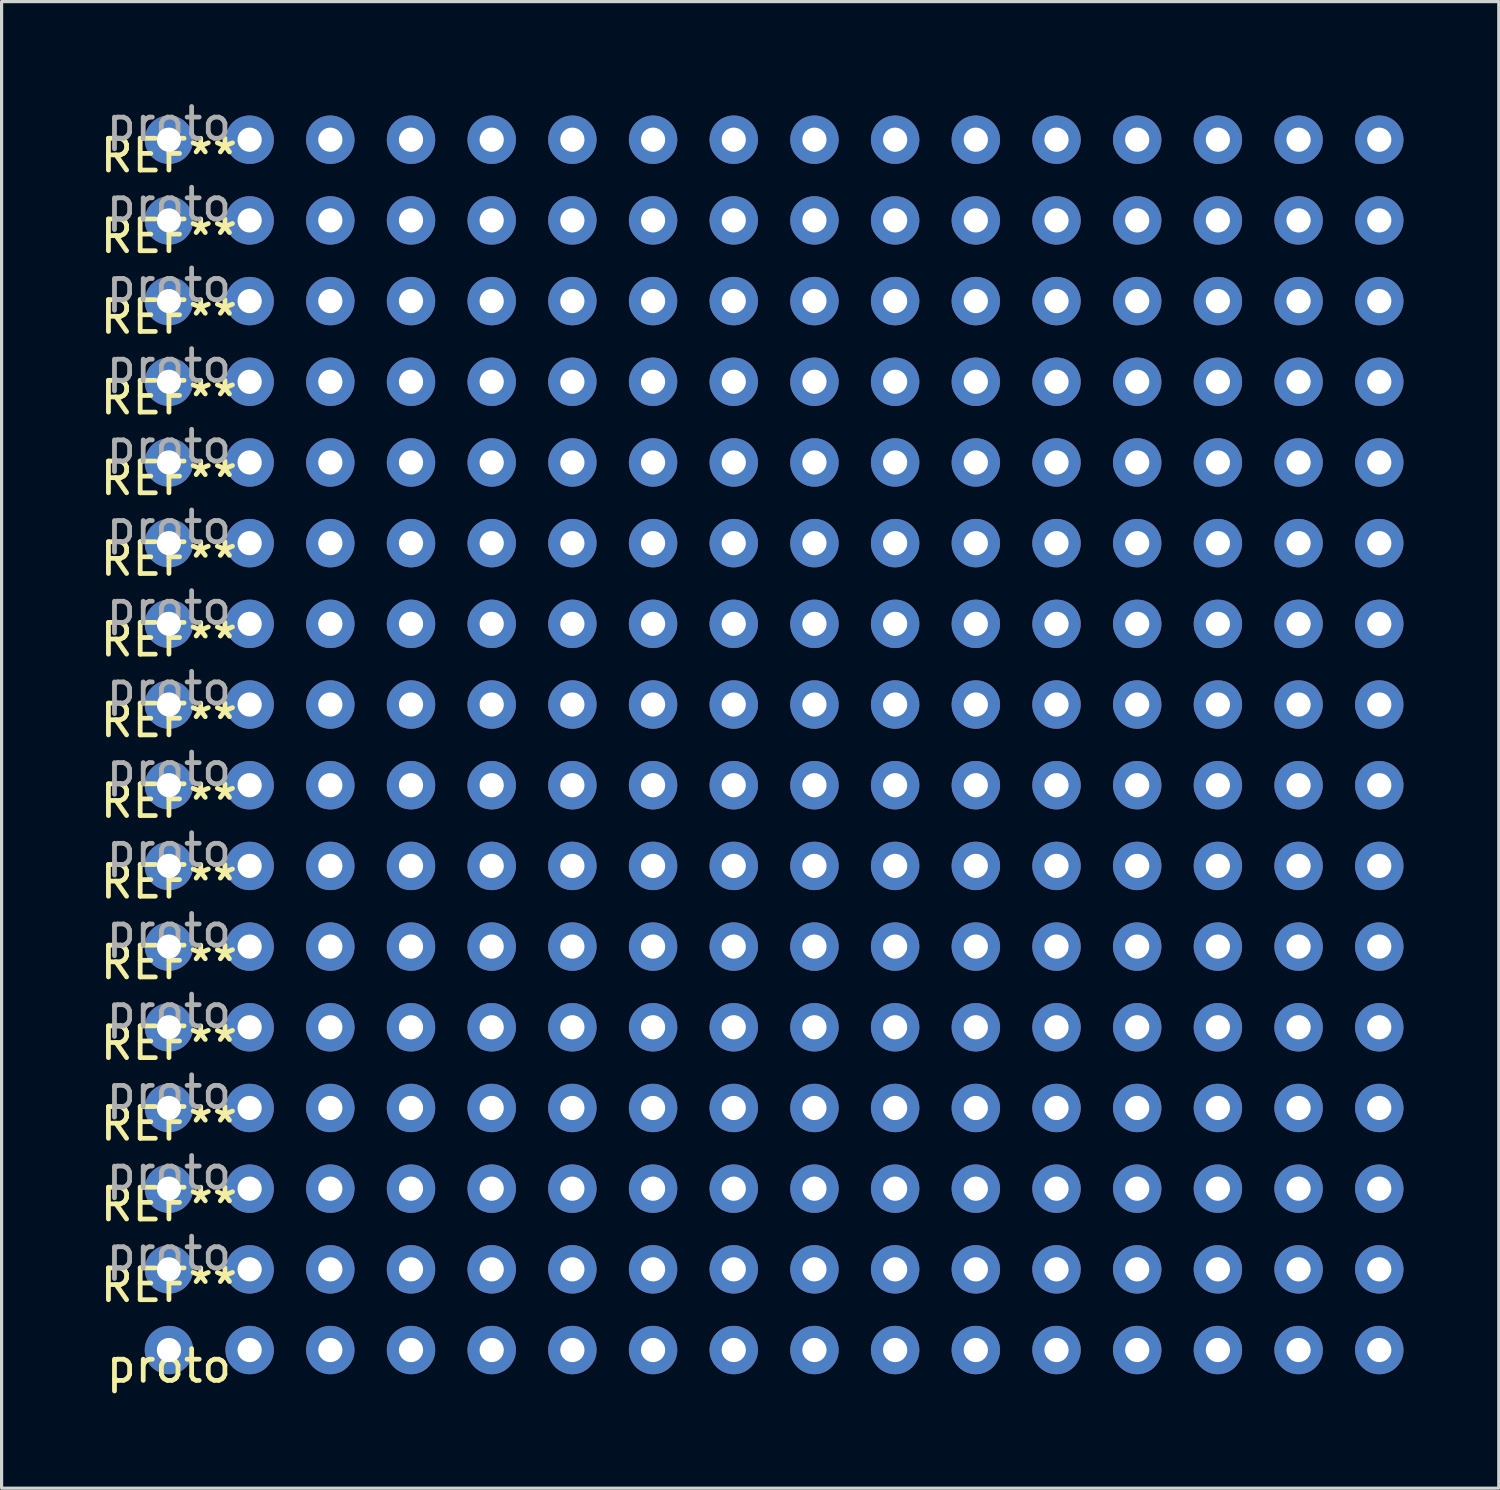
<source format=kicad_pcb>
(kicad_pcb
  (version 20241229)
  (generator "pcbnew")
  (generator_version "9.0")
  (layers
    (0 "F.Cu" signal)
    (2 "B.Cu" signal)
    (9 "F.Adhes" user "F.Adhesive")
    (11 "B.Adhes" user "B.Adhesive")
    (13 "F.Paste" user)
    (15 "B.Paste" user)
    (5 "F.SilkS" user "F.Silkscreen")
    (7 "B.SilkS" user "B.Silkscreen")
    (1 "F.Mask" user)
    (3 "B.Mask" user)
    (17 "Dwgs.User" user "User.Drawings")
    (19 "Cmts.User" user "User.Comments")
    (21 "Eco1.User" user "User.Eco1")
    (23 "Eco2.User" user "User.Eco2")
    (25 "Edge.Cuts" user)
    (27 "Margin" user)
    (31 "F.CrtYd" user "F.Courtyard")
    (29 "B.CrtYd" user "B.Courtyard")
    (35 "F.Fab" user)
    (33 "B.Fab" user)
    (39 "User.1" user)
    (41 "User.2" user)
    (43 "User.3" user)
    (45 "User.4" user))
  (footprint "proto"
    (layer "F.Cu")
    (at 2.268 39.448)
    (property "Reference" "proto" (at 0 0.5 0) (layer "F.SilkS") (effects (font (size 1 1) (thickness 0.15))))
    (attr through_hole)
    (fp_text user "REF**" (at 0 -35.06 0) (layer "F.SilkS") (effects (font (size 1 1) (thickness 0.15))))
    (fp_text user "REF**" (at 0 -14.74 0) (layer "F.SilkS") (effects (font (size 1 1) (thickness 0.15))))
    (fp_text user "REF**" (at 0 -4.58 0) (layer "F.SilkS") (effects (font (size 1 1) (thickness 0.15))))
    (fp_text user "REF**" (at 0 -12.2 0) (layer "F.SilkS") (effects (font (size 1 1) (thickness 0.15))))
    (fp_text user "REF**" (at 0 -2.04 0) (layer "F.SilkS") (effects (font (size 1 1) (thickness 0.15))))
    (fp_text user "REF**" (at 0 -29.98 0) (layer "F.SilkS") (effects (font (size 1 1) (thickness 0.15))))
    (fp_text user "REF**" (at 0 -22.36 0) (layer "F.SilkS") (effects (font (size 1 1) (thickness 0.15))))
    (fp_text user "REF**" (at 0 -37.6 0) (layer "F.SilkS") (effects (font (size 1 1) (thickness 0.15))))
    (fp_text user "REF**" (at 0 -9.66 0) (layer "F.SilkS") (effects (font (size 1 1) (thickness 0.15))))
    (fp_text user "REF**" (at 0 -24.9 0) (layer "F.SilkS") (effects (font (size 1 1) (thickness 0.15))))
    (fp_text user "REF**" (at 0 -17.28 0) (layer "F.SilkS") (effects (font (size 1 1) (thickness 0.15))))
    (fp_text user "REF**" (at 0 -7.12 0) (layer "F.SilkS") (effects (font (size 1 1) (thickness 0.15))))
    (fp_text user "REF**" (at 0 -19.82 0) (layer "F.SilkS") (effects (font (size 1 1) (thickness 0.15))))
    (fp_text user "REF**" (at 0 -27.44 0) (layer "F.SilkS") (effects (font (size 1 1) (thickness 0.15))))
    (fp_text user "REF**" (at 0 -32.52 0) (layer "F.SilkS") (effects (font (size 1 1) (thickness 0.15))))
    (fp_text user "proto" (at 0 -30.98 0) (layer "F.Fab") (effects (font (size 1 1) (thickness 0.15))))
    (fp_text user "proto" (at 0 -20.82 0) (layer "F.Fab") (effects (font (size 1 1) (thickness 0.15))))
    (fp_text user "proto" (at 0 -10.66 0) (layer "F.Fab") (effects (font (size 1 1) (thickness 0.15))))
    (fp_text user "proto" (at 0 -38.6 0) (layer "F.Fab") (effects (font (size 1 1) (thickness 0.15))))
    (fp_text user "proto" (at 0 -3.04 0) (layer "F.Fab") (effects (font (size 1 1) (thickness 0.15))))
    (fp_text user "proto" (at 0 -13.2 0) (layer "F.Fab") (effects (font (size 1 1) (thickness 0.15))))
    (fp_text user "proto" (at 0 -33.52 0) (layer "F.Fab") (effects (font (size 1 1) (thickness 0.15))))
    (fp_text user "proto" (at 0 -8.12 0) (layer "F.Fab") (effects (font (size 1 1) (thickness 0.15))))
    (fp_text user "proto" (at 0 -25.9 0) (layer "F.Fab") (effects (font (size 1 1) (thickness 0.15))))
    (fp_text user "proto" (at 0 -28.44 0) (layer "F.Fab") (effects (font (size 1 1) (thickness 0.15))))
    (fp_text user "proto" (at 0 -36.06 0) (layer "F.Fab") (effects (font (size 1 1) (thickness 0.15))))
    (fp_text user "proto" (at 0 -18.28 0) (layer "F.Fab") (effects (font (size 1 1) (thickness 0.15))))
    (fp_text user "proto" (at 0 -5.58 0) (layer "F.Fab") (effects (font (size 1 1) (thickness 0.15))))
    (fp_text user "proto" (at 0 -15.74 0) (layer "F.Fab") (effects (font (size 1 1) (thickness 0.15))))
    (fp_text user "proto" (at 0 -23.36 0) (layer "F.Fab") (effects (font (size 1 1) (thickness 0.15))))
    (pad "1" thru_hole circle (at 0 -38.1) (size 1.524 1.524) (drill 0.762) (layers "*.Cu" "*.Mask"))
    (pad "1" thru_hole circle (at 0 -35.56) (size 1.524 1.524) (drill 0.762) (layers "*.Cu" "*.Mask"))
    (pad "1" thru_hole circle (at 0 -33.02) (size 1.524 1.524) (drill 0.762) (layers "*.Cu" "*.Mask"))
    (pad "1" thru_hole circle (at 0 -30.48) (size 1.524 1.524) (drill 0.762) (layers "*.Cu" "*.Mask"))
    (pad "1" thru_hole circle (at 0 -27.94) (size 1.524 1.524) (drill 0.762) (layers "*.Cu" "*.Mask"))
    (pad "1" thru_hole circle (at 0 -25.4) (size 1.524 1.524) (drill 0.762) (layers "*.Cu" "*.Mask"))
    (pad "1" thru_hole circle (at 0 -22.86) (size 1.524 1.524) (drill 0.762) (layers "*.Cu" "*.Mask"))
    (pad "1" thru_hole circle (at 0 -20.32) (size 1.524 1.524) (drill 0.762) (layers "*.Cu" "*.Mask"))
    (pad "1" thru_hole circle (at 0 -17.78) (size 1.524 1.524) (drill 0.762) (layers "*.Cu" "*.Mask"))
    (pad "1" thru_hole circle (at 0 -15.24) (size 1.524 1.524) (drill 0.762) (layers "*.Cu" "*.Mask"))
    (pad "1" thru_hole circle (at 0 -12.7) (size 1.524 1.524) (drill 0.762) (layers "*.Cu" "*.Mask"))
    (pad "1" thru_hole circle (at 0 -10.16) (size 1.524 1.524) (drill 0.762) (layers "*.Cu" "*.Mask"))
    (pad "1" thru_hole circle (at 0 -7.62) (size 1.524 1.524) (drill 0.762) (layers "*.Cu" "*.Mask"))
    (pad "1" thru_hole circle (at 0 -5.08) (size 1.524 1.524) (drill 0.762) (layers "*.Cu" "*.Mask"))
    (pad "1" thru_hole circle (at 0 -2.54) (size 1.524 1.524) (drill 0.762) (layers "*.Cu" "*.Mask"))
    (pad "1" thru_hole circle (at 0 0) (size 1.524 1.524) (drill 0.762) (layers "*.Cu" "*.Mask"))
    (pad "2" thru_hole circle (at 2.54 -38.1) (size 1.524 1.524) (drill 0.762) (layers "*.Cu" "*.Mask"))
    (pad "2" thru_hole circle (at 2.54 -35.56) (size 1.524 1.524) (drill 0.762) (layers "*.Cu" "*.Mask"))
    (pad "2" thru_hole circle (at 2.54 -33.02) (size 1.524 1.524) (drill 0.762) (layers "*.Cu" "*.Mask"))
    (pad "2" thru_hole circle (at 2.54 -30.48) (size 1.524 1.524) (drill 0.762) (layers "*.Cu" "*.Mask"))
    (pad "2" thru_hole circle (at 2.54 -27.94) (size 1.524 1.524) (drill 0.762) (layers "*.Cu" "*.Mask"))
    (pad "2" thru_hole circle (at 2.54 -25.4) (size 1.524 1.524) (drill 0.762) (layers "*.Cu" "*.Mask"))
    (pad "2" thru_hole circle (at 2.54 -22.86) (size 1.524 1.524) (drill 0.762) (layers "*.Cu" "*.Mask"))
    (pad "2" thru_hole circle (at 2.54 -20.32) (size 1.524 1.524) (drill 0.762) (layers "*.Cu" "*.Mask"))
    (pad "2" thru_hole circle (at 2.54 -17.78) (size 1.524 1.524) (drill 0.762) (layers "*.Cu" "*.Mask"))
    (pad "2" thru_hole circle (at 2.54 -15.24) (size 1.524 1.524) (drill 0.762) (layers "*.Cu" "*.Mask"))
    (pad "2" thru_hole circle (at 2.54 -12.7) (size 1.524 1.524) (drill 0.762) (layers "*.Cu" "*.Mask"))
    (pad "2" thru_hole circle (at 2.54 -10.16) (size 1.524 1.524) (drill 0.762) (layers "*.Cu" "*.Mask"))
    (pad "2" thru_hole circle (at 2.54 -7.62) (size 1.524 1.524) (drill 0.762) (layers "*.Cu" "*.Mask"))
    (pad "2" thru_hole circle (at 2.54 -5.08) (size 1.524 1.524) (drill 0.762) (layers "*.Cu" "*.Mask"))
    (pad "2" thru_hole circle (at 2.54 -2.54) (size 1.524 1.524) (drill 0.762) (layers "*.Cu" "*.Mask"))
    (pad "2" thru_hole circle (at 2.54 0) (size 1.524 1.524) (drill 0.762) (layers "*.Cu" "*.Mask"))
    (pad "3" thru_hole circle (at 5.08 -38.1) (size 1.524 1.524) (drill 0.762) (layers "*.Cu" "*.Mask"))
    (pad "3" thru_hole circle (at 5.08 -35.56) (size 1.524 1.524) (drill 0.762) (layers "*.Cu" "*.Mask"))
    (pad "3" thru_hole circle (at 5.08 -33.02) (size 1.524 1.524) (drill 0.762) (layers "*.Cu" "*.Mask"))
    (pad "3" thru_hole circle (at 5.08 -30.48) (size 1.524 1.524) (drill 0.762) (layers "*.Cu" "*.Mask"))
    (pad "3" thru_hole circle (at 5.08 -27.94) (size 1.524 1.524) (drill 0.762) (layers "*.Cu" "*.Mask"))
    (pad "3" thru_hole circle (at 5.08 -25.4) (size 1.524 1.524) (drill 0.762) (layers "*.Cu" "*.Mask"))
    (pad "3" thru_hole circle (at 5.08 -22.86) (size 1.524 1.524) (drill 0.762) (layers "*.Cu" "*.Mask"))
    (pad "3" thru_hole circle (at 5.08 -20.32) (size 1.524 1.524) (drill 0.762) (layers "*.Cu" "*.Mask"))
    (pad "3" thru_hole circle (at 5.08 -17.78) (size 1.524 1.524) (drill 0.762) (layers "*.Cu" "*.Mask"))
    (pad "3" thru_hole circle (at 5.08 -15.24) (size 1.524 1.524) (drill 0.762) (layers "*.Cu" "*.Mask"))
    (pad "3" thru_hole circle (at 5.08 -12.7) (size 1.524 1.524) (drill 0.762) (layers "*.Cu" "*.Mask"))
    (pad "3" thru_hole circle (at 5.08 -10.16) (size 1.524 1.524) (drill 0.762) (layers "*.Cu" "*.Mask"))
    (pad "3" thru_hole circle (at 5.08 -7.62) (size 1.524 1.524) (drill 0.762) (layers "*.Cu" "*.Mask"))
    (pad "3" thru_hole circle (at 5.08 -5.08) (size 1.524 1.524) (drill 0.762) (layers "*.Cu" "*.Mask"))
    (pad "3" thru_hole circle (at 5.08 -2.54) (size 1.524 1.524) (drill 0.762) (layers "*.Cu" "*.Mask"))
    (pad "3" thru_hole circle (at 5.08 0) (size 1.524 1.524) (drill 0.762) (layers "*.Cu" "*.Mask"))
    (pad "4" thru_hole circle (at 7.62 -38.1) (size 1.524 1.524) (drill 0.762) (layers "*.Cu" "*.Mask"))
    (pad "4" thru_hole circle (at 7.62 -35.56) (size 1.524 1.524) (drill 0.762) (layers "*.Cu" "*.Mask"))
    (pad "4" thru_hole circle (at 7.62 -33.02) (size 1.524 1.524) (drill 0.762) (layers "*.Cu" "*.Mask"))
    (pad "4" thru_hole circle (at 7.62 -30.48) (size 1.524 1.524) (drill 0.762) (layers "*.Cu" "*.Mask"))
    (pad "4" thru_hole circle (at 7.62 -27.94) (size 1.524 1.524) (drill 0.762) (layers "*.Cu" "*.Mask"))
    (pad "4" thru_hole circle (at 7.62 -25.4) (size 1.524 1.524) (drill 0.762) (layers "*.Cu" "*.Mask"))
    (pad "4" thru_hole circle (at 7.62 -22.86) (size 1.524 1.524) (drill 0.762) (layers "*.Cu" "*.Mask"))
    (pad "4" thru_hole circle (at 7.62 -20.32) (size 1.524 1.524) (drill 0.762) (layers "*.Cu" "*.Mask"))
    (pad "4" thru_hole circle (at 7.62 -17.78) (size 1.524 1.524) (drill 0.762) (layers "*.Cu" "*.Mask"))
    (pad "4" thru_hole circle (at 7.62 -15.24) (size 1.524 1.524) (drill 0.762) (layers "*.Cu" "*.Mask"))
    (pad "4" thru_hole circle (at 7.62 -12.7) (size 1.524 1.524) (drill 0.762) (layers "*.Cu" "*.Mask"))
    (pad "4" thru_hole circle (at 7.62 -10.16) (size 1.524 1.524) (drill 0.762) (layers "*.Cu" "*.Mask"))
    (pad "4" thru_hole circle (at 7.62 -7.62) (size 1.524 1.524) (drill 0.762) (layers "*.Cu" "*.Mask"))
    (pad "4" thru_hole circle (at 7.62 -5.08) (size 1.524 1.524) (drill 0.762) (layers "*.Cu" "*.Mask"))
    (pad "4" thru_hole circle (at 7.62 -2.54) (size 1.524 1.524) (drill 0.762) (layers "*.Cu" "*.Mask"))
    (pad "4" thru_hole circle (at 7.62 0) (size 1.524 1.524) (drill 0.762) (layers "*.Cu" "*.Mask"))
    (pad "5" thru_hole circle (at 10.16 -38.1) (size 1.524 1.524) (drill 0.762) (layers "*.Cu" "*.Mask"))
    (pad "5" thru_hole circle (at 10.16 -35.56) (size 1.524 1.524) (drill 0.762) (layers "*.Cu" "*.Mask"))
    (pad "5" thru_hole circle (at 10.16 -33.02) (size 1.524 1.524) (drill 0.762) (layers "*.Cu" "*.Mask"))
    (pad "5" thru_hole circle (at 10.16 -30.48) (size 1.524 1.524) (drill 0.762) (layers "*.Cu" "*.Mask"))
    (pad "5" thru_hole circle (at 10.16 -27.94) (size 1.524 1.524) (drill 0.762) (layers "*.Cu" "*.Mask"))
    (pad "5" thru_hole circle (at 10.16 -25.4) (size 1.524 1.524) (drill 0.762) (layers "*.Cu" "*.Mask"))
    (pad "5" thru_hole circle (at 10.16 -22.86) (size 1.524 1.524) (drill 0.762) (layers "*.Cu" "*.Mask"))
    (pad "5" thru_hole circle (at 10.16 -20.32) (size 1.524 1.524) (drill 0.762) (layers "*.Cu" "*.Mask"))
    (pad "5" thru_hole circle (at 10.16 -17.78) (size 1.524 1.524) (drill 0.762) (layers "*.Cu" "*.Mask"))
    (pad "5" thru_hole circle (at 10.16 -15.24) (size 1.524 1.524) (drill 0.762) (layers "*.Cu" "*.Mask"))
    (pad "5" thru_hole circle (at 10.16 -12.7) (size 1.524 1.524) (drill 0.762) (layers "*.Cu" "*.Mask"))
    (pad "5" thru_hole circle (at 10.16 -10.16) (size 1.524 1.524) (drill 0.762) (layers "*.Cu" "*.Mask"))
    (pad "5" thru_hole circle (at 10.16 -7.62) (size 1.524 1.524) (drill 0.762) (layers "*.Cu" "*.Mask"))
    (pad "5" thru_hole circle (at 10.16 -5.08) (size 1.524 1.524) (drill 0.762) (layers "*.Cu" "*.Mask"))
    (pad "5" thru_hole circle (at 10.16 -2.54) (size 1.524 1.524) (drill 0.762) (layers "*.Cu" "*.Mask"))
    (pad "5" thru_hole circle (at 10.16 0) (size 1.524 1.524) (drill 0.762) (layers "*.Cu" "*.Mask"))
    (pad "6" thru_hole circle (at 12.7 -38.1) (size 1.524 1.524) (drill 0.762) (layers "*.Cu" "*.Mask"))
    (pad "6" thru_hole circle (at 12.7 -35.56) (size 1.524 1.524) (drill 0.762) (layers "*.Cu" "*.Mask"))
    (pad "6" thru_hole circle (at 12.7 -33.02) (size 1.524 1.524) (drill 0.762) (layers "*.Cu" "*.Mask"))
    (pad "6" thru_hole circle (at 12.7 -30.48) (size 1.524 1.524) (drill 0.762) (layers "*.Cu" "*.Mask"))
    (pad "6" thru_hole circle (at 12.7 -27.94) (size 1.524 1.524) (drill 0.762) (layers "*.Cu" "*.Mask"))
    (pad "6" thru_hole circle (at 12.7 -25.4) (size 1.524 1.524) (drill 0.762) (layers "*.Cu" "*.Mask"))
    (pad "6" thru_hole circle (at 12.7 -22.86) (size 1.524 1.524) (drill 0.762) (layers "*.Cu" "*.Mask"))
    (pad "6" thru_hole circle (at 12.7 -20.32) (size 1.524 1.524) (drill 0.762) (layers "*.Cu" "*.Mask"))
    (pad "6" thru_hole circle (at 12.7 -17.78) (size 1.524 1.524) (drill 0.762) (layers "*.Cu" "*.Mask"))
    (pad "6" thru_hole circle (at 12.7 -15.24) (size 1.524 1.524) (drill 0.762) (layers "*.Cu" "*.Mask"))
    (pad "6" thru_hole circle (at 12.7 -12.7) (size 1.524 1.524) (drill 0.762) (layers "*.Cu" "*.Mask"))
    (pad "6" thru_hole circle (at 12.7 -10.16) (size 1.524 1.524) (drill 0.762) (layers "*.Cu" "*.Mask"))
    (pad "6" thru_hole circle (at 12.7 -7.62) (size 1.524 1.524) (drill 0.762) (layers "*.Cu" "*.Mask"))
    (pad "6" thru_hole circle (at 12.7 -5.08) (size 1.524 1.524) (drill 0.762) (layers "*.Cu" "*.Mask"))
    (pad "6" thru_hole circle (at 12.7 -2.54) (size 1.524 1.524) (drill 0.762) (layers "*.Cu" "*.Mask"))
    (pad "6" thru_hole circle (at 12.7 0) (size 1.524 1.524) (drill 0.762) (layers "*.Cu" "*.Mask"))
    (pad "7" thru_hole circle (at 15.24 -38.1) (size 1.524 1.524) (drill 0.762) (layers "*.Cu" "*.Mask"))
    (pad "7" thru_hole circle (at 15.24 -35.56) (size 1.524 1.524) (drill 0.762) (layers "*.Cu" "*.Mask"))
    (pad "7" thru_hole circle (at 15.24 -33.02) (size 1.524 1.524) (drill 0.762) (layers "*.Cu" "*.Mask"))
    (pad "7" thru_hole circle (at 15.24 -30.48) (size 1.524 1.524) (drill 0.762) (layers "*.Cu" "*.Mask"))
    (pad "7" thru_hole circle (at 15.24 -27.94) (size 1.524 1.524) (drill 0.762) (layers "*.Cu" "*.Mask"))
    (pad "7" thru_hole circle (at 15.24 -25.4) (size 1.524 1.524) (drill 0.762) (layers "*.Cu" "*.Mask"))
    (pad "7" thru_hole circle (at 15.24 -22.86) (size 1.524 1.524) (drill 0.762) (layers "*.Cu" "*.Mask"))
    (pad "7" thru_hole circle (at 15.24 -20.32) (size 1.524 1.524) (drill 0.762) (layers "*.Cu" "*.Mask"))
    (pad "7" thru_hole circle (at 15.24 -17.78) (size 1.524 1.524) (drill 0.762) (layers "*.Cu" "*.Mask"))
    (pad "7" thru_hole circle (at 15.24 -15.24) (size 1.524 1.524) (drill 0.762) (layers "*.Cu" "*.Mask"))
    (pad "7" thru_hole circle (at 15.24 -12.7) (size 1.524 1.524) (drill 0.762) (layers "*.Cu" "*.Mask"))
    (pad "7" thru_hole circle (at 15.24 -10.16) (size 1.524 1.524) (drill 0.762) (layers "*.Cu" "*.Mask"))
    (pad "7" thru_hole circle (at 15.24 -7.62) (size 1.524 1.524) (drill 0.762) (layers "*.Cu" "*.Mask"))
    (pad "7" thru_hole circle (at 15.24 -5.08) (size 1.524 1.524) (drill 0.762) (layers "*.Cu" "*.Mask"))
    (pad "7" thru_hole circle (at 15.24 -2.54) (size 1.524 1.524) (drill 0.762) (layers "*.Cu" "*.Mask"))
    (pad "7" thru_hole circle (at 15.24 0) (size 1.524 1.524) (drill 0.762) (layers "*.Cu" "*.Mask"))
    (pad "8" thru_hole circle (at 17.78 -38.1) (size 1.524 1.524) (drill 0.762) (layers "*.Cu" "*.Mask"))
    (pad "8" thru_hole circle (at 17.78 -35.56) (size 1.524 1.524) (drill 0.762) (layers "*.Cu" "*.Mask"))
    (pad "8" thru_hole circle (at 17.78 -33.02) (size 1.524 1.524) (drill 0.762) (layers "*.Cu" "*.Mask"))
    (pad "8" thru_hole circle (at 17.78 -30.48) (size 1.524 1.524) (drill 0.762) (layers "*.Cu" "*.Mask"))
    (pad "8" thru_hole circle (at 17.78 -27.94) (size 1.524 1.524) (drill 0.762) (layers "*.Cu" "*.Mask"))
    (pad "8" thru_hole circle (at 17.78 -25.4) (size 1.524 1.524) (drill 0.762) (layers "*.Cu" "*.Mask"))
    (pad "8" thru_hole circle (at 17.78 -22.86) (size 1.524 1.524) (drill 0.762) (layers "*.Cu" "*.Mask"))
    (pad "8" thru_hole circle (at 17.78 -20.32) (size 1.524 1.524) (drill 0.762) (layers "*.Cu" "*.Mask"))
    (pad "8" thru_hole circle (at 17.78 -17.78) (size 1.524 1.524) (drill 0.762) (layers "*.Cu" "*.Mask"))
    (pad "8" thru_hole circle (at 17.78 -15.24) (size 1.524 1.524) (drill 0.762) (layers "*.Cu" "*.Mask"))
    (pad "8" thru_hole circle (at 17.78 -12.7) (size 1.524 1.524) (drill 0.762) (layers "*.Cu" "*.Mask"))
    (pad "8" thru_hole circle (at 17.78 -10.16) (size 1.524 1.524) (drill 0.762) (layers "*.Cu" "*.Mask"))
    (pad "8" thru_hole circle (at 17.78 -7.62) (size 1.524 1.524) (drill 0.762) (layers "*.Cu" "*.Mask"))
    (pad "8" thru_hole circle (at 17.78 -5.08) (size 1.524 1.524) (drill 0.762) (layers "*.Cu" "*.Mask"))
    (pad "8" thru_hole circle (at 17.78 -2.54) (size 1.524 1.524) (drill 0.762) (layers "*.Cu" "*.Mask"))
    (pad "8" thru_hole circle (at 17.78 0) (size 1.524 1.524) (drill 0.762) (layers "*.Cu" "*.Mask"))
    (pad "9" thru_hole circle (at 20.32 -38.1) (size 1.524 1.524) (drill 0.762) (layers "*.Cu" "*.Mask"))
    (pad "9" thru_hole circle (at 20.32 -35.56) (size 1.524 1.524) (drill 0.762) (layers "*.Cu" "*.Mask"))
    (pad "9" thru_hole circle (at 20.32 -33.02) (size 1.524 1.524) (drill 0.762) (layers "*.Cu" "*.Mask"))
    (pad "9" thru_hole circle (at 20.32 -30.48) (size 1.524 1.524) (drill 0.762) (layers "*.Cu" "*.Mask"))
    (pad "9" thru_hole circle (at 20.32 -27.94) (size 1.524 1.524) (drill 0.762) (layers "*.Cu" "*.Mask"))
    (pad "9" thru_hole circle (at 20.32 -25.4) (size 1.524 1.524) (drill 0.762) (layers "*.Cu" "*.Mask"))
    (pad "9" thru_hole circle (at 20.32 -22.86) (size 1.524 1.524) (drill 0.762) (layers "*.Cu" "*.Mask"))
    (pad "9" thru_hole circle (at 20.32 -20.32) (size 1.524 1.524) (drill 0.762) (layers "*.Cu" "*.Mask"))
    (pad "9" thru_hole circle (at 20.32 -17.78) (size 1.524 1.524) (drill 0.762) (layers "*.Cu" "*.Mask"))
    (pad "9" thru_hole circle (at 20.32 -15.24) (size 1.524 1.524) (drill 0.762) (layers "*.Cu" "*.Mask"))
    (pad "9" thru_hole circle (at 20.32 -12.7) (size 1.524 1.524) (drill 0.762) (layers "*.Cu" "*.Mask"))
    (pad "9" thru_hole circle (at 20.32 -10.16) (size 1.524 1.524) (drill 0.762) (layers "*.Cu" "*.Mask"))
    (pad "9" thru_hole circle (at 20.32 -7.62) (size 1.524 1.524) (drill 0.762) (layers "*.Cu" "*.Mask"))
    (pad "9" thru_hole circle (at 20.32 -5.08) (size 1.524 1.524) (drill 0.762) (layers "*.Cu" "*.Mask"))
    (pad "9" thru_hole circle (at 20.32 -2.54) (size 1.524 1.524) (drill 0.762) (layers "*.Cu" "*.Mask"))
    (pad "9" thru_hole circle (at 20.32 0) (size 1.524 1.524) (drill 0.762) (layers "*.Cu" "*.Mask"))
    (pad "10" thru_hole circle (at 22.86 -38.1) (size 1.524 1.524) (drill 0.762) (layers "*.Cu" "*.Mask"))
    (pad "10" thru_hole circle (at 22.86 -35.56) (size 1.524 1.524) (drill 0.762) (layers "*.Cu" "*.Mask"))
    (pad "10" thru_hole circle (at 22.86 -33.02) (size 1.524 1.524) (drill 0.762) (layers "*.Cu" "*.Mask"))
    (pad "10" thru_hole circle (at 22.86 -30.48) (size 1.524 1.524) (drill 0.762) (layers "*.Cu" "*.Mask"))
    (pad "10" thru_hole circle (at 22.86 -27.94) (size 1.524 1.524) (drill 0.762) (layers "*.Cu" "*.Mask"))
    (pad "10" thru_hole circle (at 22.86 -25.4) (size 1.524 1.524) (drill 0.762) (layers "*.Cu" "*.Mask"))
    (pad "10" thru_hole circle (at 22.86 -22.86) (size 1.524 1.524) (drill 0.762) (layers "*.Cu" "*.Mask"))
    (pad "10" thru_hole circle (at 22.86 -20.32) (size 1.524 1.524) (drill 0.762) (layers "*.Cu" "*.Mask"))
    (pad "10" thru_hole circle (at 22.86 -17.78) (size 1.524 1.524) (drill 0.762) (layers "*.Cu" "*.Mask"))
    (pad "10" thru_hole circle (at 22.86 -15.24) (size 1.524 1.524) (drill 0.762) (layers "*.Cu" "*.Mask"))
    (pad "10" thru_hole circle (at 22.86 -12.7) (size 1.524 1.524) (drill 0.762) (layers "*.Cu" "*.Mask"))
    (pad "10" thru_hole circle (at 22.86 -10.16) (size 1.524 1.524) (drill 0.762) (layers "*.Cu" "*.Mask"))
    (pad "10" thru_hole circle (at 22.86 -7.62) (size 1.524 1.524) (drill 0.762) (layers "*.Cu" "*.Mask"))
    (pad "10" thru_hole circle (at 22.86 -5.08) (size 1.524 1.524) (drill 0.762) (layers "*.Cu" "*.Mask"))
    (pad "10" thru_hole circle (at 22.86 -2.54) (size 1.524 1.524) (drill 0.762) (layers "*.Cu" "*.Mask"))
    (pad "10" thru_hole circle (at 22.86 0) (size 1.524 1.524) (drill 0.762) (layers "*.Cu" "*.Mask"))
    (pad "11" thru_hole circle (at 25.4 -38.1) (size 1.524 1.524) (drill 0.762) (layers "*.Cu" "*.Mask"))
    (pad "11" thru_hole circle (at 25.4 -35.56) (size 1.524 1.524) (drill 0.762) (layers "*.Cu" "*.Mask"))
    (pad "11" thru_hole circle (at 25.4 -33.02) (size 1.524 1.524) (drill 0.762) (layers "*.Cu" "*.Mask"))
    (pad "11" thru_hole circle (at 25.4 -30.48) (size 1.524 1.524) (drill 0.762) (layers "*.Cu" "*.Mask"))
    (pad "11" thru_hole circle (at 25.4 -27.94) (size 1.524 1.524) (drill 0.762) (layers "*.Cu" "*.Mask"))
    (pad "11" thru_hole circle (at 25.4 -25.4) (size 1.524 1.524) (drill 0.762) (layers "*.Cu" "*.Mask"))
    (pad "11" thru_hole circle (at 25.4 -22.86) (size 1.524 1.524) (drill 0.762) (layers "*.Cu" "*.Mask"))
    (pad "11" thru_hole circle (at 25.4 -20.32) (size 1.524 1.524) (drill 0.762) (layers "*.Cu" "*.Mask"))
    (pad "11" thru_hole circle (at 25.4 -17.78) (size 1.524 1.524) (drill 0.762) (layers "*.Cu" "*.Mask"))
    (pad "11" thru_hole circle (at 25.4 -15.24) (size 1.524 1.524) (drill 0.762) (layers "*.Cu" "*.Mask"))
    (pad "11" thru_hole circle (at 25.4 -12.7) (size 1.524 1.524) (drill 0.762) (layers "*.Cu" "*.Mask"))
    (pad "11" thru_hole circle (at 25.4 -10.16) (size 1.524 1.524) (drill 0.762) (layers "*.Cu" "*.Mask"))
    (pad "11" thru_hole circle (at 25.4 -7.62) (size 1.524 1.524) (drill 0.762) (layers "*.Cu" "*.Mask"))
    (pad "11" thru_hole circle (at 25.4 -5.08) (size 1.524 1.524) (drill 0.762) (layers "*.Cu" "*.Mask"))
    (pad "11" thru_hole circle (at 25.4 -2.54) (size 1.524 1.524) (drill 0.762) (layers "*.Cu" "*.Mask"))
    (pad "11" thru_hole circle (at 25.4 0) (size 1.524 1.524) (drill 0.762) (layers "*.Cu" "*.Mask"))
    (pad "12" thru_hole circle (at 27.94 -38.1) (size 1.524 1.524) (drill 0.762) (layers "*.Cu" "*.Mask"))
    (pad "12" thru_hole circle (at 27.94 -35.56) (size 1.524 1.524) (drill 0.762) (layers "*.Cu" "*.Mask"))
    (pad "12" thru_hole circle (at 27.94 -33.02) (size 1.524 1.524) (drill 0.762) (layers "*.Cu" "*.Mask"))
    (pad "12" thru_hole circle (at 27.94 -30.48) (size 1.524 1.524) (drill 0.762) (layers "*.Cu" "*.Mask"))
    (pad "12" thru_hole circle (at 27.94 -27.94) (size 1.524 1.524) (drill 0.762) (layers "*.Cu" "*.Mask"))
    (pad "12" thru_hole circle (at 27.94 -25.4) (size 1.524 1.524) (drill 0.762) (layers "*.Cu" "*.Mask"))
    (pad "12" thru_hole circle (at 27.94 -22.86) (size 1.524 1.524) (drill 0.762) (layers "*.Cu" "*.Mask"))
    (pad "12" thru_hole circle (at 27.94 -20.32) (size 1.524 1.524) (drill 0.762) (layers "*.Cu" "*.Mask"))
    (pad "12" thru_hole circle (at 27.94 -17.78) (size 1.524 1.524) (drill 0.762) (layers "*.Cu" "*.Mask"))
    (pad "12" thru_hole circle (at 27.94 -15.24) (size 1.524 1.524) (drill 0.762) (layers "*.Cu" "*.Mask"))
    (pad "12" thru_hole circle (at 27.94 -12.7) (size 1.524 1.524) (drill 0.762) (layers "*.Cu" "*.Mask"))
    (pad "12" thru_hole circle (at 27.94 -10.16) (size 1.524 1.524) (drill 0.762) (layers "*.Cu" "*.Mask"))
    (pad "12" thru_hole circle (at 27.94 -7.62) (size 1.524 1.524) (drill 0.762) (layers "*.Cu" "*.Mask"))
    (pad "12" thru_hole circle (at 27.94 -5.08) (size 1.524 1.524) (drill 0.762) (layers "*.Cu" "*.Mask"))
    (pad "12" thru_hole circle (at 27.94 -2.54) (size 1.524 1.524) (drill 0.762) (layers "*.Cu" "*.Mask"))
    (pad "12" thru_hole circle (at 27.94 0) (size 1.524 1.524) (drill 0.762) (layers "*.Cu" "*.Mask"))
    (pad "13" thru_hole circle (at 30.48 -38.1) (size 1.524 1.524) (drill 0.762) (layers "*.Cu" "*.Mask"))
    (pad "13" thru_hole circle (at 30.48 -35.56) (size 1.524 1.524) (drill 0.762) (layers "*.Cu" "*.Mask"))
    (pad "13" thru_hole circle (at 30.48 -33.02) (size 1.524 1.524) (drill 0.762) (layers "*.Cu" "*.Mask"))
    (pad "13" thru_hole circle (at 30.48 -30.48) (size 1.524 1.524) (drill 0.762) (layers "*.Cu" "*.Mask"))
    (pad "13" thru_hole circle (at 30.48 -27.94) (size 1.524 1.524) (drill 0.762) (layers "*.Cu" "*.Mask"))
    (pad "13" thru_hole circle (at 30.48 -25.4) (size 1.524 1.524) (drill 0.762) (layers "*.Cu" "*.Mask"))
    (pad "13" thru_hole circle (at 30.48 -22.86) (size 1.524 1.524) (drill 0.762) (layers "*.Cu" "*.Mask"))
    (pad "13" thru_hole circle (at 30.48 -20.32) (size 1.524 1.524) (drill 0.762) (layers "*.Cu" "*.Mask"))
    (pad "13" thru_hole circle (at 30.48 -17.78) (size 1.524 1.524) (drill 0.762) (layers "*.Cu" "*.Mask"))
    (pad "13" thru_hole circle (at 30.48 -15.24) (size 1.524 1.524) (drill 0.762) (layers "*.Cu" "*.Mask"))
    (pad "13" thru_hole circle (at 30.48 -12.7) (size 1.524 1.524) (drill 0.762) (layers "*.Cu" "*.Mask"))
    (pad "13" thru_hole circle (at 30.48 -10.16) (size 1.524 1.524) (drill 0.762) (layers "*.Cu" "*.Mask"))
    (pad "13" thru_hole circle (at 30.48 -7.62) (size 1.524 1.524) (drill 0.762) (layers "*.Cu" "*.Mask"))
    (pad "13" thru_hole circle (at 30.48 -5.08) (size 1.524 1.524) (drill 0.762) (layers "*.Cu" "*.Mask"))
    (pad "13" thru_hole circle (at 30.48 -2.54) (size 1.524 1.524) (drill 0.762) (layers "*.Cu" "*.Mask"))
    (pad "13" thru_hole circle (at 30.48 0) (size 1.524 1.524) (drill 0.762) (layers "*.Cu" "*.Mask"))
    (pad "14" thru_hole circle (at 33.02 -38.1) (size 1.524 1.524) (drill 0.762) (layers "*.Cu" "*.Mask"))
    (pad "14" thru_hole circle (at 33.02 -35.56) (size 1.524 1.524) (drill 0.762) (layers "*.Cu" "*.Mask"))
    (pad "14" thru_hole circle (at 33.02 -33.02) (size 1.524 1.524) (drill 0.762) (layers "*.Cu" "*.Mask"))
    (pad "14" thru_hole circle (at 33.02 -30.48) (size 1.524 1.524) (drill 0.762) (layers "*.Cu" "*.Mask"))
    (pad "14" thru_hole circle (at 33.02 -27.94) (size 1.524 1.524) (drill 0.762) (layers "*.Cu" "*.Mask"))
    (pad "14" thru_hole circle (at 33.02 -25.4) (size 1.524 1.524) (drill 0.762) (layers "*.Cu" "*.Mask"))
    (pad "14" thru_hole circle (at 33.02 -22.86) (size 1.524 1.524) (drill 0.762) (layers "*.Cu" "*.Mask"))
    (pad "14" thru_hole circle (at 33.02 -20.32) (size 1.524 1.524) (drill 0.762) (layers "*.Cu" "*.Mask"))
    (pad "14" thru_hole circle (at 33.02 -17.78) (size 1.524 1.524) (drill 0.762) (layers "*.Cu" "*.Mask"))
    (pad "14" thru_hole circle (at 33.02 -15.24) (size 1.524 1.524) (drill 0.762) (layers "*.Cu" "*.Mask"))
    (pad "14" thru_hole circle (at 33.02 -12.7) (size 1.524 1.524) (drill 0.762) (layers "*.Cu" "*.Mask"))
    (pad "14" thru_hole circle (at 33.02 -10.16) (size 1.524 1.524) (drill 0.762) (layers "*.Cu" "*.Mask"))
    (pad "14" thru_hole circle (at 33.02 -7.62) (size 1.524 1.524) (drill 0.762) (layers "*.Cu" "*.Mask"))
    (pad "14" thru_hole circle (at 33.02 -5.08) (size 1.524 1.524) (drill 0.762) (layers "*.Cu" "*.Mask"))
    (pad "14" thru_hole circle (at 33.02 -2.54) (size 1.524 1.524) (drill 0.762) (layers "*.Cu" "*.Mask"))
    (pad "14" thru_hole circle (at 33.02 0) (size 1.524 1.524) (drill 0.762) (layers "*.Cu" "*.Mask"))
    (pad "15" thru_hole circle (at 35.56 -38.1) (size 1.524 1.524) (drill 0.762) (layers "*.Cu" "*.Mask"))
    (pad "15" thru_hole circle (at 35.56 -35.56) (size 1.524 1.524) (drill 0.762) (layers "*.Cu" "*.Mask"))
    (pad "15" thru_hole circle (at 35.56 -33.02) (size 1.524 1.524) (drill 0.762) (layers "*.Cu" "*.Mask"))
    (pad "15" thru_hole circle (at 35.56 -30.48) (size 1.524 1.524) (drill 0.762) (layers "*.Cu" "*.Mask"))
    (pad "15" thru_hole circle (at 35.56 -27.94) (size 1.524 1.524) (drill 0.762) (layers "*.Cu" "*.Mask"))
    (pad "15" thru_hole circle (at 35.56 -25.4) (size 1.524 1.524) (drill 0.762) (layers "*.Cu" "*.Mask"))
    (pad "15" thru_hole circle (at 35.56 -22.86) (size 1.524 1.524) (drill 0.762) (layers "*.Cu" "*.Mask"))
    (pad "15" thru_hole circle (at 35.56 -20.32) (size 1.524 1.524) (drill 0.762) (layers "*.Cu" "*.Mask"))
    (pad "15" thru_hole circle (at 35.56 -17.78) (size 1.524 1.524) (drill 0.762) (layers "*.Cu" "*.Mask"))
    (pad "15" thru_hole circle (at 35.56 -15.24) (size 1.524 1.524) (drill 0.762) (layers "*.Cu" "*.Mask"))
    (pad "15" thru_hole circle (at 35.56 -12.7) (size 1.524 1.524) (drill 0.762) (layers "*.Cu" "*.Mask"))
    (pad "15" thru_hole circle (at 35.56 -10.16) (size 1.524 1.524) (drill 0.762) (layers "*.Cu" "*.Mask"))
    (pad "15" thru_hole circle (at 35.56 -7.62) (size 1.524 1.524) (drill 0.762) (layers "*.Cu" "*.Mask"))
    (pad "15" thru_hole circle (at 35.56 -5.08) (size 1.524 1.524) (drill 0.762) (layers "*.Cu" "*.Mask"))
    (pad "15" thru_hole circle (at 35.56 -2.54) (size 1.524 1.524) (drill 0.762) (layers "*.Cu" "*.Mask"))
    (pad "15" thru_hole circle (at 35.56 0) (size 1.524 1.524) (drill 0.762) (layers "*.Cu" "*.Mask"))
    (pad "16" thru_hole circle (at 38.1 -38.1) (size 1.524 1.524) (drill 0.762) (layers "*.Cu" "*.Mask"))
    (pad "16" thru_hole circle (at 38.1 -35.56) (size 1.524 1.524) (drill 0.762) (layers "*.Cu" "*.Mask"))
    (pad "16" thru_hole circle (at 38.1 -33.02) (size 1.524 1.524) (drill 0.762) (layers "*.Cu" "*.Mask"))
    (pad "16" thru_hole circle (at 38.1 -30.48) (size 1.524 1.524) (drill 0.762) (layers "*.Cu" "*.Mask"))
    (pad "16" thru_hole circle (at 38.1 -27.94) (size 1.524 1.524) (drill 0.762) (layers "*.Cu" "*.Mask"))
    (pad "16" thru_hole circle (at 38.1 -25.4) (size 1.524 1.524) (drill 0.762) (layers "*.Cu" "*.Mask"))
    (pad "16" thru_hole circle (at 38.1 -22.86) (size 1.524 1.524) (drill 0.762) (layers "*.Cu" "*.Mask"))
    (pad "16" thru_hole circle (at 38.1 -20.32) (size 1.524 1.524) (drill 0.762) (layers "*.Cu" "*.Mask"))
    (pad "16" thru_hole circle (at 38.1 -17.78) (size 1.524 1.524) (drill 0.762) (layers "*.Cu" "*.Mask"))
    (pad "16" thru_hole circle (at 38.1 -15.24) (size 1.524 1.524) (drill 0.762) (layers "*.Cu" "*.Mask"))
    (pad "16" thru_hole circle (at 38.1 -12.7) (size 1.524 1.524) (drill 0.762) (layers "*.Cu" "*.Mask"))
    (pad "16" thru_hole circle (at 38.1 -10.16) (size 1.524 1.524) (drill 0.762) (layers "*.Cu" "*.Mask"))
    (pad "16" thru_hole circle (at 38.1 -7.62) (size 1.524 1.524) (drill 0.762) (layers "*.Cu" "*.Mask"))
    (pad "16" thru_hole circle (at 38.1 -5.08) (size 1.524 1.524) (drill 0.762) (layers "*.Cu" "*.Mask"))
    (pad "16" thru_hole circle (at 38.1 -2.54) (size 1.524 1.524) (drill 0.762) (layers "*.Cu" "*.Mask"))
    (pad "16" thru_hole circle (at 38.1 0) (size 1.524 1.524) (drill 0.762) (layers "*.Cu" "*.Mask")))
  (gr_rect
    (start -3 -3)
    (end 44.13 43.797)
    (stroke (width 0.1) (type default))
    (fill no)
    (layer "Edge.Cuts")))
</source>
